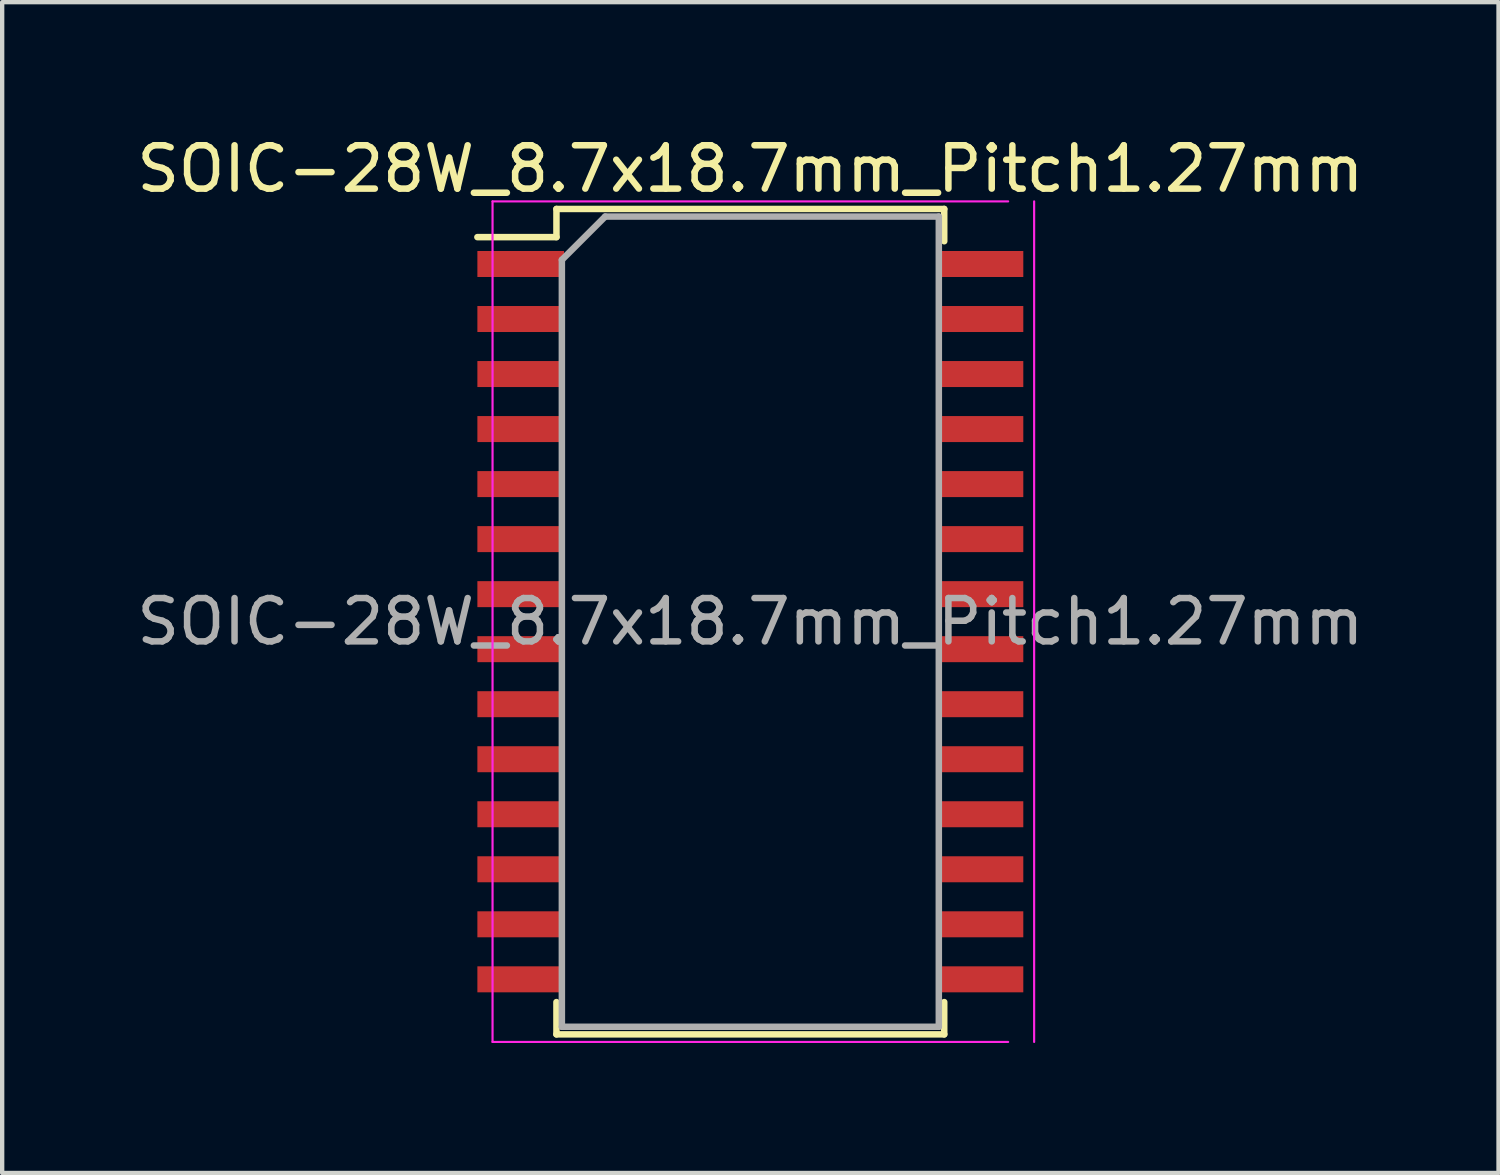
<source format=kicad_pcb>
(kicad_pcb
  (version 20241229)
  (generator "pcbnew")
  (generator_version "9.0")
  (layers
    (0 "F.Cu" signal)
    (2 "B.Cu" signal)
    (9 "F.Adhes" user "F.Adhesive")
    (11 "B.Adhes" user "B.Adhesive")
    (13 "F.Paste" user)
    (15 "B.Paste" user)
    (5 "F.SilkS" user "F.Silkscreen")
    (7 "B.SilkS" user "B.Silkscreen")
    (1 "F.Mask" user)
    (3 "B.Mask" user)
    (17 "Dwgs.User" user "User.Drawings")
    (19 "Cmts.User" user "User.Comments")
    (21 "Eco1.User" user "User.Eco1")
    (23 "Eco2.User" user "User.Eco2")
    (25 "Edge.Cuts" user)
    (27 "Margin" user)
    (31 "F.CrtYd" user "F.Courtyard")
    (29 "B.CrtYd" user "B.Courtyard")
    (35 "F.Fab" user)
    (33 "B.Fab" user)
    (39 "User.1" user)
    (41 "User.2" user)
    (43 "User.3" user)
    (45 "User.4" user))
  (footprint "SOIC-28W_8.7x18.7mm_Pitch1.27mm"
    (layer "F.Cu")
    (at 14.268 11.298)
    (property "Reference" "SOIC-28W_8.7x18.7mm_Pitch1.27mm" (at 0 -10.45 0) (layer "F.SilkS") (effects (font (size 1 1) (thickness 0.15))))
    (attr smd)
    (fp_line (start -4.475 -9.525) (end -4.475 -8.875) (stroke (width 0.15) (type solid)) (layer "F.SilkS"))
    (fp_line (start -4.475 -9.525) (end 4.475 -9.525) (stroke (width 0.15) (type solid)) (layer "F.SilkS"))
    (fp_line (start -4.475 -8.875) (end -6.3 -8.875) (stroke (width 0.15) (type solid)) (layer "F.SilkS"))
    (fp_line (start -4.475 9.525) (end -4.475 8.78) (stroke (width 0.15) (type solid)) (layer "F.SilkS"))
    (fp_line (start -4.475 9.525) (end 4.475 9.525) (stroke (width 0.15) (type solid)) (layer "F.SilkS"))
    (fp_line (start 4.475 -9.525) (end 4.475 -8.78) (stroke (width 0.15) (type solid)) (layer "F.SilkS"))
    (fp_line (start 4.475 9.525) (end 4.475 8.78) (stroke (width 0.15) (type solid)) (layer "F.SilkS"))
    (fp_line (start -5.95 -9.7) (end -5.95 9.7) (stroke (width 0.05) (type solid)) (layer "F.CrtYd"))
    (fp_line (start -5.95 -9.7) (end 5.95 -9.7) (stroke (width 0.05) (type solid)) (layer "F.CrtYd"))
    (fp_line (start -5.95 9.7) (end 5.95 9.7) (stroke (width 0.05) (type solid)) (layer "F.CrtYd"))
    (fp_line (start 6.55 -9.7) (end 6.55 9.7) (stroke (width 0.05) (type solid)) (layer "F.CrtYd"))
    (fp_line (start -4.35 -8.35) (end -3.35 -9.35) (stroke (width 0.15) (type solid)) (layer "F.Fab"))
    (fp_line (start -4.35 9.35) (end -4.35 -8.35) (stroke (width 0.15) (type solid)) (layer "F.Fab"))
    (fp_line (start -3.35 -9.35) (end 4.35 -9.35) (stroke (width 0.15) (type solid)) (layer "F.Fab"))
    (fp_line (start 4.35 -9.35) (end 4.35 9.35) (stroke (width 0.15) (type solid)) (layer "F.Fab"))
    (fp_line (start 4.35 9.35) (end -4.35 9.35) (stroke (width 0.15) (type solid)) (layer "F.Fab"))
    (fp_text user "${REFERENCE}" (at 0 0 0) (layer "F.Fab") (effects (font (size 1 1) (thickness 0.15))))
    (pad "1" smd rect (at -5.3 -8.255) (size 2 0.6) (layers "F.Cu" "F.Mask" "F.Paste"))
    (pad "2" smd rect (at -5.3 -6.985) (size 2 0.6) (layers "F.Cu" "F.Mask" "F.Paste"))
    (pad "3" smd rect (at -5.3 -5.715) (size 2 0.6) (layers "F.Cu" "F.Mask" "F.Paste"))
    (pad "4" smd rect (at -5.3 -4.445) (size 2 0.6) (layers "F.Cu" "F.Mask" "F.Paste"))
    (pad "5" smd rect (at -5.3 -3.175) (size 2 0.6) (layers "F.Cu" "F.Mask" "F.Paste"))
    (pad "6" smd rect (at -5.3 -1.905) (size 2 0.6) (layers "F.Cu" "F.Mask" "F.Paste"))
    (pad "7" smd rect (at -5.3 -0.635) (size 2 0.6) (layers "F.Cu" "F.Mask" "F.Paste"))
    (pad "8" smd rect (at -5.3 0.635) (size 2 0.6) (layers "F.Cu" "F.Mask" "F.Paste"))
    (pad "9" smd rect (at -5.3 1.905) (size 2 0.6) (layers "F.Cu" "F.Mask" "F.Paste"))
    (pad "10" smd rect (at -5.3 3.175) (size 2 0.6) (layers "F.Cu" "F.Mask" "F.Paste"))
    (pad "11" smd rect (at -5.3 4.445) (size 2 0.6) (layers "F.Cu" "F.Mask" "F.Paste"))
    (pad "12" smd rect (at -5.3 5.715) (size 2 0.6) (layers "F.Cu" "F.Mask" "F.Paste"))
    (pad "13" smd rect (at -5.3 6.985) (size 2 0.6) (layers "F.Cu" "F.Mask" "F.Paste"))
    (pad "14" smd rect (at -5.3 8.255) (size 2 0.6) (layers "F.Cu" "F.Mask" "F.Paste"))
    (pad "15" smd rect (at 5.3 8.255) (size 2 0.6) (layers "F.Cu" "F.Mask" "F.Paste"))
    (pad "16" smd rect (at 5.3 6.985) (size 2 0.6) (layers "F.Cu" "F.Mask" "F.Paste"))
    (pad "17" smd rect (at 5.3 5.715) (size 2 0.6) (layers "F.Cu" "F.Mask" "F.Paste"))
    (pad "18" smd rect (at 5.3 4.445) (size 2 0.6) (layers "F.Cu" "F.Mask" "F.Paste"))
    (pad "19" smd rect (at 5.3 3.175) (size 2 0.6) (layers "F.Cu" "F.Mask" "F.Paste"))
    (pad "20" smd rect (at 5.3 1.905) (size 2 0.6) (layers "F.Cu" "F.Mask" "F.Paste"))
    (pad "21" smd rect (at 5.3 0.635) (size 2 0.6) (layers "F.Cu" "F.Mask" "F.Paste"))
    (pad "22" smd rect (at 5.3 -0.635) (size 2 0.6) (layers "F.Cu" "F.Mask" "F.Paste"))
    (pad "23" smd rect (at 5.3 -1.905) (size 2 0.6) (layers "F.Cu" "F.Mask" "F.Paste"))
    (pad "24" smd rect (at 5.3 -3.175) (size 2 0.6) (layers "F.Cu" "F.Mask" "F.Paste"))
    (pad "25" smd rect (at 5.3 -4.445) (size 2 0.6) (layers "F.Cu" "F.Mask" "F.Paste"))
    (pad "26" smd rect (at 5.3 -5.715) (size 2 0.6) (layers "F.Cu" "F.Mask" "F.Paste"))
    (pad "27" smd rect (at 5.3 -6.985) (size 2 0.6) (layers "F.Cu" "F.Mask" "F.Paste"))
    (pad "28" smd rect (at 5.3 -8.255) (size 2 0.6) (layers "F.Cu" "F.Mask" "F.Paste")))
  (gr_rect
    (start -3 -3)
    (end 31.536 24.023)
    (stroke (width 0.1) (type default))
    (fill no)
    (layer "Edge.Cuts")))
</source>
